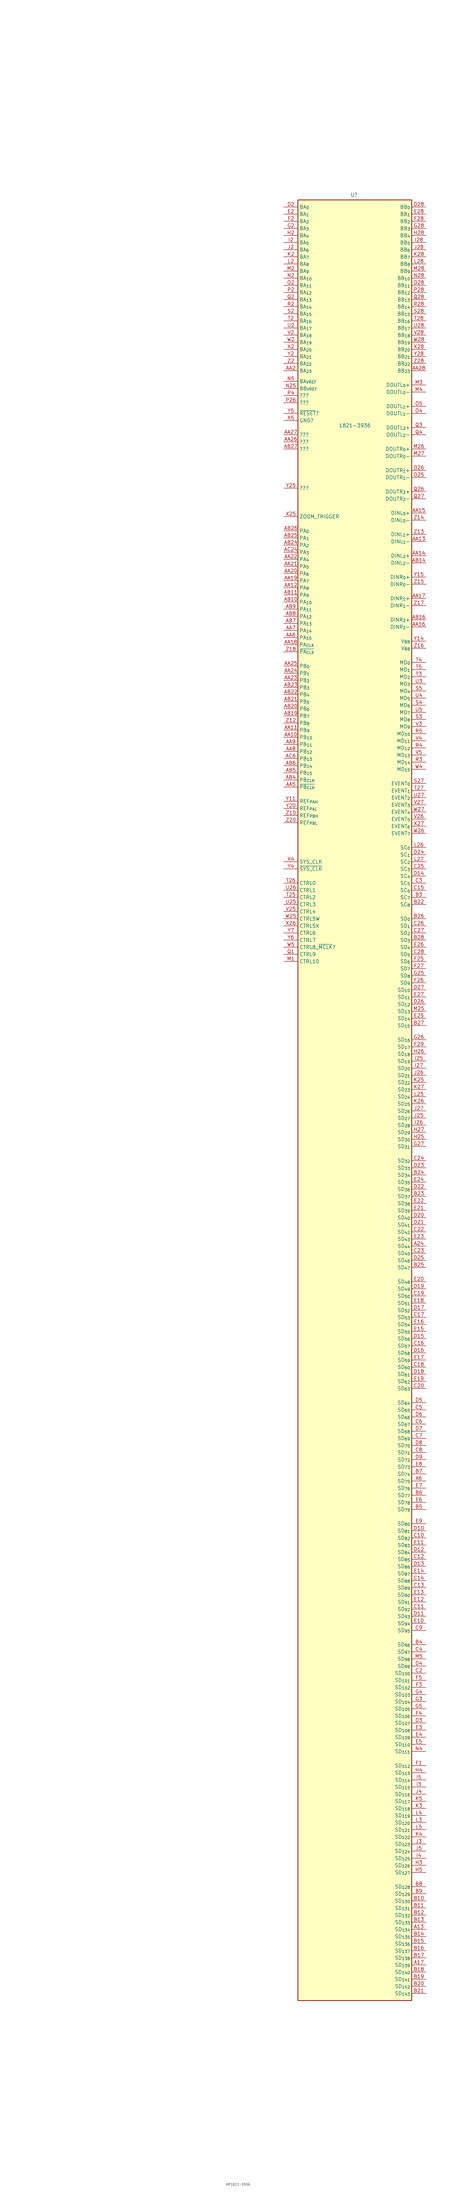
<source format=kicad_sym>
(kicad_symbol_lib
  (version 20231120)
  (generator "kicad_symbol_editor")
  (generator_version "8.0")
  (symbol "HP1821-3936"
    (property "Reference" "U"
      (at -0.254 217.678 0)
      (effects (font (size 1.27 1.27))))
    (property "Value" "1821-3936"
      (at 0 135.382 0)
      (effects (font (size 1.27 1.27))))
    (symbol "HP1821-3936_1_1"
      (rectangle (start -20.32 215.9) (end 20.32 -426.72) (stroke (width 0.254) (type default)) (fill (type background)))
      (pin power_in line (at -25.4 -66.04 0) (length 5.08) hide (name "+3.3V" (effects (font (size 1.27 1.27)))) (number "A10" (effects (font (size 1.27 1.27)))))
      (pin power_in line (at -25.4 -68.58 0) (length 5.08) hide (name "+3.3V" (effects (font (size 1.27 1.27)))) (number "A11" (effects (font (size 1.27 1.27)))))
      (pin power_in line (at -25.4 -177.8 0) (length 5.08) hide (name "GND" (effects (font (size 1.27 1.27)))) (number "A12" (effects (font (size 1.27 1.27)))))
      (pin output line (at 25.4 -401.32 180) (length 5.08) (name "SD_{134}" (effects (font (size 1.27 1.27)))) (number "A13" (effects (font (size 1.27 1.27)))))
      (pin power_in line (at -25.4 -71.12 0) (length 5.08) hide (name "+3.3V" (effects (font (size 1.27 1.27)))) (number "A14" (effects (font (size 1.27 1.27)))))
      (pin power_in line (at -25.4 -180.34 0) (length 5.08) hide (name "GND" (effects (font (size 1.27 1.27)))) (number "A15" (effects (font (size 1.27 1.27)))))
      (pin power_in line (at -25.4 -73.66 0) (length 5.08) hide (name "+3.3V" (effects (font (size 1.27 1.27)))) (number "A16" (effects (font (size 1.27 1.27)))))
      (pin output line (at 25.4 -414.02 180) (length 5.08) (name "SD_{139}" (effects (font (size 1.27 1.27)))) (number "A17" (effects (font (size 1.27 1.27)))))
      (pin power_in line (at -25.4 -182.88 0) (length 5.08) hide (name "GND" (effects (font (size 1.27 1.27)))) (number "A18" (effects (font (size 1.27 1.27)))))
      (pin power_in line (at -25.4 -76.2 0) (length 5.08) hide (name "+3.3V" (effects (font (size 1.27 1.27)))) (number "A19" (effects (font (size 1.27 1.27)))))
      (pin power_in line (at -25.4 -165.1 0) (length 5.08) hide (name "GND" (effects (font (size 1.27 1.27)))) (number "A2" (effects (font (size 1.27 1.27)))))
      (pin power_in line (at -25.4 -78.74 0) (length 5.08) hide (name "+3.3V" (effects (font (size 1.27 1.27)))) (number "A20" (effects (font (size 1.27 1.27)))))
      (pin power_in line (at -25.4 -185.42 0) (length 5.08) hide (name "GND" (effects (font (size 1.27 1.27)))) (number "A21" (effects (font (size 1.27 1.27)))))
      (pin power_in line (at -25.4 -187.96 0) (length 5.08) hide (name "GND" (effects (font (size 1.27 1.27)))) (number "A22" (effects (font (size 1.27 1.27)))))
      (pin power_in line (at -25.4 -190.5 0) (length 5.08) hide (name "GND" (effects (font (size 1.27 1.27)))) (number "A23" (effects (font (size 1.27 1.27)))))
      (pin output line (at 25.4 -157.48 180) (length 5.08) (name "SD_{44}" (effects (font (size 1.27 1.27)))) (number "A24" (effects (font (size 1.27 1.27)))))
      (pin power_in line (at -25.4 -193.04 0) (length 5.08) hide (name "GND" (effects (font (size 1.27 1.27)))) (number "A25" (effects (font (size 1.27 1.27)))))
      (pin power_in line (at -25.4 -195.58 0) (length 5.08) hide (name "GND" (effects (font (size 1.27 1.27)))) (number "A26" (effects (font (size 1.27 1.27)))))
      (pin power_in line (at -25.4 -81.28 0) (length 5.08) hide (name "+3.3V" (effects (font (size 1.27 1.27)))) (number "A27" (effects (font (size 1.27 1.27)))))
      (pin power_in line (at -25.4 -198.12 0) (length 5.08) hide (name "GND" (effects (font (size 1.27 1.27)))) (number "A28" (effects (font (size 1.27 1.27)))))
      (pin power_in line (at -25.4 -83.82 0) (length 5.08) hide (name "+3.3V" (effects (font (size 1.27 1.27)))) (number "A29" (effects (font (size 1.27 1.27)))))
      (pin power_in line (at -25.4 -60.96 0) (length 5.08) hide (name "+3.3V" (effects (font (size 1.27 1.27)))) (number "A3" (effects (font (size 1.27 1.27)))))
      (pin power_in line (at -25.4 -167.64 0) (length 5.08) hide (name "GND" (effects (font (size 1.27 1.27)))) (number "A4" (effects (font (size 1.27 1.27)))))
      (pin power_in line (at -25.4 -63.5 0) (length 5.08) hide (name "+3.3V" (effects (font (size 1.27 1.27)))) (number "A5" (effects (font (size 1.27 1.27)))))
      (pin output line (at 25.4 -241.3 180) (length 5.08) (name "SD_{75}" (effects (font (size 1.27 1.27)))) (number "A6" (effects (font (size 1.27 1.27)))))
      (pin power_in line (at -25.4 -170.18 0) (length 5.08) hide (name "GND" (effects (font (size 1.27 1.27)))) (number "A7" (effects (font (size 1.27 1.27)))))
      (pin power_in line (at -25.4 -172.72 0) (length 5.08) hide (name "GND" (effects (font (size 1.27 1.27)))) (number "A8" (effects (font (size 1.27 1.27)))))
      (pin power_in line (at -25.4 -175.26 0) (length 5.08) hide (name "GND" (effects (font (size 1.27 1.27)))) (number "A9" (effects (font (size 1.27 1.27)))))
      (pin power_in line (at -25.4 -139.7 0) (length 5.08) hide (name "+3.3V" (effects (font (size 1.27 1.27)))) (number "AA1" (effects (font (size 1.27 1.27)))))
      (pin input line (at -25.4 24.13 0) (length 5.08) (name "PB_{10}" (effects (font (size 1.27 1.27)))) (number "AA10" (effects (font (size 1.27 1.27)))))
      (pin input line (at -25.4 26.67 0) (length 5.08) (name "PB_{9}" (effects (font (size 1.27 1.27)))) (number "AA11" (effects (font (size 1.27 1.27)))))
      (pin input line (at -25.4 77.47 0) (length 5.08) (name "PA_{8}" (effects (font (size 1.27 1.27)))) (number "AA12" (effects (font (size 1.27 1.27)))))
      (pin open_emitter line (at 25.4 93.98 180) (length 5.08) (name "DINL_{1}-" (effects (font (size 1.27 1.27)))) (number "AA13" (effects (font (size 1.27 1.27)))))
      (pin open_emitter line (at 25.4 88.9 180) (length 5.08) (name "DINL_{2}+" (effects (font (size 1.27 1.27)))) (number "AA14" (effects (font (size 1.27 1.27)))))
      (pin open_emitter line (at 25.4 104.14 180) (length 5.08) (name "DINL_{0}+" (effects (font (size 1.27 1.27)))) (number "AA15" (effects (font (size 1.27 1.27)))))
      (pin open_emitter line (at 25.4 63.5 180) (length 5.08) (name "DINR_{2}-" (effects (font (size 1.27 1.27)))) (number "AA16" (effects (font (size 1.27 1.27)))))
      (pin open_emitter line (at 25.4 73.66 180) (length 5.08) (name "DINR_{1}+" (effects (font (size 1.27 1.27)))) (number "AA17" (effects (font (size 1.27 1.27)))))
      (pin input line (at -25.4 57.15 0) (length 5.08) (name "PA_{CLK}" (effects (font (size 1.27 1.27)))) (number "AA18" (effects (font (size 1.27 1.27)))))
      (pin input line (at -25.4 80.01 0) (length 5.08) (name "PA_{7}" (effects (font (size 1.27 1.27)))) (number "AA19" (effects (font (size 1.27 1.27)))))
      (pin passive line (at -25.4 154.94 0) (length 5.08) (name "BA_{23}" (effects (font (size 1.27 1.27)))) (number "AA2" (effects (font (size 1.27 1.27)))))
      (pin input line (at -25.4 82.55 0) (length 5.08) (name "PA_{6}" (effects (font (size 1.27 1.27)))) (number "AA20" (effects (font (size 1.27 1.27)))))
      (pin input line (at -25.4 85.09 0) (length 5.08) (name "PA_{5}" (effects (font (size 1.27 1.27)))) (number "AA21" (effects (font (size 1.27 1.27)))))
      (pin input line (at -25.4 87.63 0) (length 5.08) (name "PA_{4}" (effects (font (size 1.27 1.27)))) (number "AA22" (effects (font (size 1.27 1.27)))))
      (pin input line (at -25.4 44.45 0) (length 5.08) (name "PB_{2}" (effects (font (size 1.27 1.27)))) (number "AA23" (effects (font (size 1.27 1.27)))))
      (pin input line (at -25.4 46.99 0) (length 5.08) (name "PB_{1}" (effects (font (size 1.27 1.27)))) (number "AA24" (effects (font (size 1.27 1.27)))))
      (pin input line (at -25.4 49.53 0) (length 5.08) (name "PB_{0}" (effects (font (size 1.27 1.27)))) (number "AA25" (effects (font (size 1.27 1.27)))))
      (pin passive line (at -25.4 129.54 0) (length 5.08) (name "???" (effects (font (size 1.27 1.27)))) (number "AA26" (effects (font (size 1.27 1.27)))))
      (pin output line (at -25.4 132.08 0) (length 5.08) (name "???" (effects (font (size 1.27 1.27)))) (number "AA27" (effects (font (size 1.27 1.27)))))
      (pin passive line (at 25.4 154.94 180) (length 5.08) (name "BB_{23}" (effects (font (size 1.27 1.27)))) (number "AA28" (effects (font (size 1.27 1.27)))))
      (pin power_in line (at -25.4 -233.68 0) (length 5.08) hide (name "GND" (effects (font (size 1.27 1.27)))) (number "AA29" (effects (font (size 1.27 1.27)))))
      (pin no_connect line (at -90.17 -302.26 0) (length 5.08) hide (name "" (effects (font (size 1.27 1.27)))) (number "AA3" (effects (font (size 1.27 1.27)))))
      (pin no_connect line (at -69.85 -302.26 0) (length 5.08) hide (name "" (effects (font (size 1.27 1.27)))) (number "AA4" (effects (font (size 1.27 1.27)))))
      (pin input line (at -25.4 6.35 0) (length 5.08) (name "~{PB_{CLK}}" (effects (font (size 1.27 1.27)))) (number "AA5" (effects (font (size 1.27 1.27)))))
      (pin input line (at -25.4 59.69 0) (length 5.08) (name "PA_{15}" (effects (font (size 1.27 1.27)))) (number "AA6" (effects (font (size 1.27 1.27)))))
      (pin input line (at -25.4 62.23 0) (length 5.08) (name "PA_{14}" (effects (font (size 1.27 1.27)))) (number "AA7" (effects (font (size 1.27 1.27)))))
      (pin input line (at -25.4 19.05 0) (length 5.08) (name "PB_{12}" (effects (font (size 1.27 1.27)))) (number "AA8" (effects (font (size 1.27 1.27)))))
      (pin input line (at -25.4 21.59 0) (length 5.08) (name "PB_{11}" (effects (font (size 1.27 1.27)))) (number "AA9" (effects (font (size 1.27 1.27)))))
      (pin power_in line (at -25.4 -276.86 0) (length 5.08) hide (name "GND" (effects (font (size 1.27 1.27)))) (number "AB1" (effects (font (size 1.27 1.27)))))
      (pin input line (at -25.4 72.39 0) (length 5.08) (name "PA_{10}" (effects (font (size 1.27 1.27)))) (number "AB10" (effects (font (size 1.27 1.27)))))
      (pin input line (at -25.4 74.93 0) (length 5.08) (name "PA_{9}" (effects (font (size 1.27 1.27)))) (number "AB11" (effects (font (size 1.27 1.27)))))
      (pin no_connect line (at -90.17 -287.02 0) (length 5.08) hide (name "" (effects (font (size 1.27 1.27)))) (number "AB12" (effects (font (size 1.27 1.27)))))
      (pin no_connect line (at -90.17 -284.48 0) (length 5.08) hide (name "" (effects (font (size 1.27 1.27)))) (number "AB13" (effects (font (size 1.27 1.27)))))
      (pin open_emitter line (at 25.4 86.36 180) (length 5.08) (name "DINL_{2}-" (effects (font (size 1.27 1.27)))) (number "AB14" (effects (font (size 1.27 1.27)))))
      (pin no_connect line (at -109.22 -284.48 0) (length 5.08) hide (name "" (effects (font (size 1.27 1.27)))) (number "AB15" (effects (font (size 1.27 1.27)))))
      (pin open_emitter line (at 25.4 66.04 180) (length 5.08) (name "DINR_{2}+" (effects (font (size 1.27 1.27)))) (number "AB16" (effects (font (size 1.27 1.27)))))
      (pin no_connect line (at -90.17 -281.94 0) (length 5.08) hide (name "" (effects (font (size 1.27 1.27)))) (number "AB17" (effects (font (size 1.27 1.27)))))
      (pin no_connect line (at -90.17 -279.4 0) (length 5.08) hide (name "" (effects (font (size 1.27 1.27)))) (number "AB18" (effects (font (size 1.27 1.27)))))
      (pin input line (at -25.4 31.75 0) (length 5.08) (name "PB_{7}" (effects (font (size 1.27 1.27)))) (number "AB19" (effects (font (size 1.27 1.27)))))
      (pin power_in line (at -25.4 -274.32 0) (length 5.08) hide (name "GND" (effects (font (size 1.27 1.27)))) (number "AB2" (effects (font (size 1.27 1.27)))))
      (pin input line (at -25.4 34.29 0) (length 5.08) (name "PB_{6}" (effects (font (size 1.27 1.27)))) (number "AB20" (effects (font (size 1.27 1.27)))))
      (pin input line (at -25.4 36.83 0) (length 5.08) (name "PB_{5}" (effects (font (size 1.27 1.27)))) (number "AB21" (effects (font (size 1.27 1.27)))))
      (pin input line (at -25.4 39.37 0) (length 5.08) (name "PB_{4}" (effects (font (size 1.27 1.27)))) (number "AB22" (effects (font (size 1.27 1.27)))))
      (pin input line (at -25.4 41.91 0) (length 5.08) (name "PB_{3}" (effects (font (size 1.27 1.27)))) (number "AB23" (effects (font (size 1.27 1.27)))))
      (pin input line (at -25.4 92.71 0) (length 5.08) (name "PA_{2}" (effects (font (size 1.27 1.27)))) (number "AB24" (effects (font (size 1.27 1.27)))))
      (pin input line (at -25.4 95.25 0) (length 5.08) (name "PA_{1}" (effects (font (size 1.27 1.27)))) (number "AB25" (effects (font (size 1.27 1.27)))))
      (pin input line (at -25.4 97.79 0) (length 5.08) (name "PA_{0}" (effects (font (size 1.27 1.27)))) (number "AB26" (effects (font (size 1.27 1.27)))))
      (pin passive line (at -25.4 127 0) (length 5.08) (name "???" (effects (font (size 1.27 1.27)))) (number "AB27" (effects (font (size 1.27 1.27)))))
      (pin power_in line (at -25.4 -236.22 0) (length 5.08) hide (name "GND" (effects (font (size 1.27 1.27)))) (number "AB28" (effects (font (size 1.27 1.27)))))
      (pin power_in line (at -25.4 -106.68 0) (length 5.08) hide (name "+3.3V" (effects (font (size 1.27 1.27)))) (number "AB29" (effects (font (size 1.27 1.27)))))
      (pin power_in line (at -25.4 -134.62 0) (length 5.08) hide (name "+3.3V" (effects (font (size 1.27 1.27)))) (number "AB3" (effects (font (size 1.27 1.27)))))
      (pin input line (at -25.4 8.89 0) (length 5.08) (name "PB_{CLK}" (effects (font (size 1.27 1.27)))) (number "AB4" (effects (font (size 1.27 1.27)))))
      (pin input line (at -25.4 11.43 0) (length 5.08) (name "PB_{15}" (effects (font (size 1.27 1.27)))) (number "AB5" (effects (font (size 1.27 1.27)))))
      (pin input line (at -25.4 13.97 0) (length 5.08) (name "PB_{14}" (effects (font (size 1.27 1.27)))) (number "AB6" (effects (font (size 1.27 1.27)))))
      (pin input line (at -25.4 64.77 0) (length 5.08) (name "PA_{13}" (effects (font (size 1.27 1.27)))) (number "AB7" (effects (font (size 1.27 1.27)))))
      (pin input line (at -25.4 67.31 0) (length 5.08) (name "PA_{12}" (effects (font (size 1.27 1.27)))) (number "AB8" (effects (font (size 1.27 1.27)))))
      (pin input line (at -25.4 69.85 0) (length 5.08) (name "PA_{11}" (effects (font (size 1.27 1.27)))) (number "AB9" (effects (font (size 1.27 1.27)))))
      (pin power_in line (at -25.4 -137.16 0) (length 5.08) hide (name "+3.3V" (effects (font (size 1.27 1.27)))) (number "AC1" (effects (font (size 1.27 1.27)))))
      (pin power_in line (at -25.4 -127 0) (length 5.08) hide (name "+3.3V" (effects (font (size 1.27 1.27)))) (number "AC10" (effects (font (size 1.27 1.27)))))
      (pin power_in line (at -25.4 -124.46 0) (length 5.08) hide (name "+3.3V" (effects (font (size 1.27 1.27)))) (number "AC11" (effects (font (size 1.27 1.27)))))
      (pin power_in line (at -25.4 -259.08 0) (length 5.08) hide (name "GND" (effects (font (size 1.27 1.27)))) (number "AC12" (effects (font (size 1.27 1.27)))))
      (pin no_connect line (at -109.22 -287.02 0) (length 5.08) hide (name "" (effects (font (size 1.27 1.27)))) (number "AC13" (effects (font (size 1.27 1.27)))))
      (pin power_in line (at -25.4 -121.92 0) (length 5.08) hide (name "+3.3V" (effects (font (size 1.27 1.27)))) (number "AC14" (effects (font (size 1.27 1.27)))))
      (pin power_in line (at -25.4 -256.54 0) (length 5.08) hide (name "GND" (effects (font (size 1.27 1.27)))) (number "AC15" (effects (font (size 1.27 1.27)))))
      (pin power_in line (at -25.4 -119.38 0) (length 5.08) hide (name "+3.3V" (effects (font (size 1.27 1.27)))) (number "AC16" (effects (font (size 1.27 1.27)))))
      (pin no_connect line (at -109.22 -281.94 0) (length 5.08) hide (name "" (effects (font (size 1.27 1.27)))) (number "AC17" (effects (font (size 1.27 1.27)))))
      (pin power_in line (at -25.4 -254 0) (length 5.08) hide (name "GND" (effects (font (size 1.27 1.27)))) (number "AC18" (effects (font (size 1.27 1.27)))))
      (pin power_in line (at -25.4 -116.84 0) (length 5.08) hide (name "+3.3V" (effects (font (size 1.27 1.27)))) (number "AC19" (effects (font (size 1.27 1.27)))))
      (pin power_in line (at -25.4 -271.78 0) (length 5.08) hide (name "GND" (effects (font (size 1.27 1.27)))) (number "AC2" (effects (font (size 1.27 1.27)))))
      (pin power_in line (at -25.4 -114.3 0) (length 5.08) hide (name "+3.3V" (effects (font (size 1.27 1.27)))) (number "AC20" (effects (font (size 1.27 1.27)))))
      (pin power_in line (at -25.4 -251.46 0) (length 5.08) hide (name "GND" (effects (font (size 1.27 1.27)))) (number "AC21" (effects (font (size 1.27 1.27)))))
      (pin power_in line (at -25.4 -248.92 0) (length 5.08) hide (name "GND" (effects (font (size 1.27 1.27)))) (number "AC22" (effects (font (size 1.27 1.27)))))
      (pin power_in line (at -25.4 -246.38 0) (length 5.08) hide (name "GND" (effects (font (size 1.27 1.27)))) (number "AC23" (effects (font (size 1.27 1.27)))))
      (pin input line (at -25.4 90.17 0) (length 5.08) (name "PA_{3}" (effects (font (size 1.27 1.27)))) (number "AC24" (effects (font (size 1.27 1.27)))))
      (pin power_in line (at -25.4 -243.84 0) (length 5.08) hide (name "GND" (effects (font (size 1.27 1.27)))) (number "AC25" (effects (font (size 1.27 1.27)))))
      (pin power_in line (at -25.4 -241.3 0) (length 5.08) hide (name "GND" (effects (font (size 1.27 1.27)))) (number "AC26" (effects (font (size 1.27 1.27)))))
      (pin power_in line (at -25.4 -111.76 0) (length 5.08) hide (name "+3.3V" (effects (font (size 1.27 1.27)))) (number "AC27" (effects (font (size 1.27 1.27)))))
      (pin power_in line (at -25.4 -238.76 0) (length 5.08) hide (name "GND" (effects (font (size 1.27 1.27)))) (number "AC28" (effects (font (size 1.27 1.27)))))
      (pin power_in line (at -25.4 -109.22 0) (length 5.08) hide (name "+3.3V" (effects (font (size 1.27 1.27)))) (number "AC29" (effects (font (size 1.27 1.27)))))
      (pin power_in line (at -25.4 -132.08 0) (length 5.08) hide (name "+3.3V" (effects (font (size 1.27 1.27)))) (number "AC3" (effects (font (size 1.27 1.27)))))
      (pin power_in line (at -25.4 -269.24 0) (length 5.08) hide (name "GND" (effects (font (size 1.27 1.27)))) (number "AC4" (effects (font (size 1.27 1.27)))))
      (pin power_in line (at -25.4 -129.54 0) (length 5.08) hide (name "+3.3V" (effects (font (size 1.27 1.27)))) (number "AC5" (effects (font (size 1.27 1.27)))))
      (pin input line (at -25.4 16.51 0) (length 5.08) (name "PB_{13}" (effects (font (size 1.27 1.27)))) (number "AC6" (effects (font (size 1.27 1.27)))))
      (pin power_in line (at -25.4 -266.7 0) (length 5.08) hide (name "GND" (effects (font (size 1.27 1.27)))) (number "AC7" (effects (font (size 1.27 1.27)))))
      (pin power_in line (at -25.4 -264.16 0) (length 5.08) hide (name "GND" (effects (font (size 1.27 1.27)))) (number "AC8" (effects (font (size 1.27 1.27)))))
      (pin power_in line (at -25.4 -261.62 0) (length 5.08) hide (name "GND" (effects (font (size 1.27 1.27)))) (number "AC9" (effects (font (size 1.27 1.27)))))
      (pin power_in line (at -25.4 -312.42 0) (length 5.08) hide (name "GND" (effects (font (size 1.27 1.27)))) (number "B1" (effects (font (size 1.27 1.27)))))
      (pin output line (at 25.4 -391.16 180) (length 5.08) (name "SD_{130}" (effects (font (size 1.27 1.27)))) (number "B10" (effects (font (size 1.27 1.27)))))
      (pin output line (at 25.4 -393.7 180) (length 5.08) (name "SD_{131}" (effects (font (size 1.27 1.27)))) (number "B11" (effects (font (size 1.27 1.27)))))
      (pin output line (at 25.4 -396.24 180) (length 5.08) (name "SD_{132}" (effects (font (size 1.27 1.27)))) (number "B12" (effects (font (size 1.27 1.27)))))
      (pin output line (at 25.4 -398.78 180) (length 5.08) (name "SD_{133}" (effects (font (size 1.27 1.27)))) (number "B13" (effects (font (size 1.27 1.27)))))
      (pin output line (at 25.4 -403.86 180) (length 5.08) (name "SD_{135}" (effects (font (size 1.27 1.27)))) (number "B14" (effects (font (size 1.27 1.27)))))
      (pin output line (at 25.4 -406.4 180) (length 5.08) (name "SD_{136}" (effects (font (size 1.27 1.27)))) (number "B15" (effects (font (size 1.27 1.27)))))
      (pin output line (at 25.4 -408.94 180) (length 5.08) (name "SD_{137}" (effects (font (size 1.27 1.27)))) (number "B16" (effects (font (size 1.27 1.27)))))
      (pin output line (at 25.4 -411.48 180) (length 5.08) (name "SD_{138}" (effects (font (size 1.27 1.27)))) (number "B17" (effects (font (size 1.27 1.27)))))
      (pin output line (at 25.4 -416.56 180) (length 5.08) (name "SD_{140}" (effects (font (size 1.27 1.27)))) (number "B18" (effects (font (size 1.27 1.27)))))
      (pin output line (at 25.4 -419.1 180) (length 5.08) (name "SD_{141}" (effects (font (size 1.27 1.27)))) (number "B19" (effects (font (size 1.27 1.27)))))
      (pin power_in line (at -25.4 -160.02 0) (length 5.08) hide (name "+3.3V" (effects (font (size 1.27 1.27)))) (number "B2" (effects (font (size 1.27 1.27)))))
      (pin output line (at 25.4 -421.64 180) (length 5.08) (name "SD_{142}" (effects (font (size 1.27 1.27)))) (number "B20" (effects (font (size 1.27 1.27)))))
      (pin output line (at 25.4 -424.18 180) (length 5.08) (name "SD_{143}" (effects (font (size 1.27 1.27)))) (number "B21" (effects (font (size 1.27 1.27)))))
      (pin output line (at 25.4 -35.56 180) (length 5.08) (name "SC_{8}" (effects (font (size 1.27 1.27)))) (number "B22" (effects (font (size 1.27 1.27)))))
      (pin output line (at 25.4 -139.7 180) (length 5.08) (name "SD_{37}" (effects (font (size 1.27 1.27)))) (number "B23" (effects (font (size 1.27 1.27)))))
      (pin output line (at 25.4 -132.08 180) (length 5.08) (name "SD_{34}" (effects (font (size 1.27 1.27)))) (number "B24" (effects (font (size 1.27 1.27)))))
      (pin output line (at 25.4 -165.1 180) (length 5.08) (name "SD_{47}" (effects (font (size 1.27 1.27)))) (number "B25" (effects (font (size 1.27 1.27)))))
      (pin output line (at 25.4 -40.64 180) (length 5.08) (name "SD_{0}" (effects (font (size 1.27 1.27)))) (number "B26" (effects (font (size 1.27 1.27)))))
      (pin output line (at 25.4 -78.74 180) (length 5.08) (name "SD_{15}" (effects (font (size 1.27 1.27)))) (number "B27" (effects (font (size 1.27 1.27)))))
      (pin output line (at 25.4 -48.26 180) (length 5.08) (name "SD_{3}" (effects (font (size 1.27 1.27)))) (number "B28" (effects (font (size 1.27 1.27)))))
      (pin power_in line (at -25.4 -200.66 0) (length 5.08) hide (name "GND" (effects (font (size 1.27 1.27)))) (number "B29" (effects (font (size 1.27 1.27)))))
      (pin output line (at 25.4 -33.02 180) (length 5.08) (name "SC_{7}" (effects (font (size 1.27 1.27)))) (number "B3" (effects (font (size 1.27 1.27)))))
      (pin output line (at 25.4 -299.72 180) (length 5.08) (name "SD_{96}" (effects (font (size 1.27 1.27)))) (number "B4" (effects (font (size 1.27 1.27)))))
      (pin output line (at 25.4 -251.46 180) (length 5.08) (name "SD_{79}" (effects (font (size 1.27 1.27)))) (number "B5" (effects (font (size 1.27 1.27)))))
      (pin output line (at 25.4 -246.38 180) (length 5.08) (name "SD_{77}" (effects (font (size 1.27 1.27)))) (number "B6" (effects (font (size 1.27 1.27)))))
      (pin output line (at 25.4 -238.76 180) (length 5.08) (name "SD_{74}" (effects (font (size 1.27 1.27)))) (number "B7" (effects (font (size 1.27 1.27)))))
      (pin output line (at 25.4 -386.08 180) (length 5.08) (name "SD_{128}" (effects (font (size 1.27 1.27)))) (number "B8" (effects (font (size 1.27 1.27)))))
      (pin output line (at 25.4 -388.62 180) (length 5.08) (name "SD_{129}" (effects (font (size 1.27 1.27)))) (number "B9" (effects (font (size 1.27 1.27)))))
      (pin power_in line (at -25.4 -157.48 0) (length 5.08) hide (name "+3.3V" (effects (font (size 1.27 1.27)))) (number "C1" (effects (font (size 1.27 1.27)))))
      (pin output line (at 25.4 -261.62 180) (length 5.08) (name "SD_{82}" (effects (font (size 1.27 1.27)))) (number "C10" (effects (font (size 1.27 1.27)))))
      (pin output line (at 25.4 -287.02 180) (length 5.08) (name "SD_{92}" (effects (font (size 1.27 1.27)))) (number "C11" (effects (font (size 1.27 1.27)))))
      (pin output line (at 25.4 -269.24 180) (length 5.08) (name "SD_{85}" (effects (font (size 1.27 1.27)))) (number "C12" (effects (font (size 1.27 1.27)))))
      (pin output line (at 25.4 -279.4 180) (length 5.08) (name "SD_{89}" (effects (font (size 1.27 1.27)))) (number "C13" (effects (font (size 1.27 1.27)))))
      (pin output line (at 25.4 -276.86 180) (length 5.08) (name "SD_{88}" (effects (font (size 1.27 1.27)))) (number "C14" (effects (font (size 1.27 1.27)))))
      (pin output line (at 25.4 -30.48 180) (length 5.08) (name "SC_{6}" (effects (font (size 1.27 1.27)))) (number "C15" (effects (font (size 1.27 1.27)))))
      (pin output line (at 25.4 -193.04 180) (length 5.08) (name "SD_{57}" (effects (font (size 1.27 1.27)))) (number "C16" (effects (font (size 1.27 1.27)))))
      (pin output line (at 25.4 -182.88 180) (length 5.08) (name "SD_{53}" (effects (font (size 1.27 1.27)))) (number "C17" (effects (font (size 1.27 1.27)))))
      (pin output line (at 25.4 -200.66 180) (length 5.08) (name "SD_{60}" (effects (font (size 1.27 1.27)))) (number "C18" (effects (font (size 1.27 1.27)))))
      (pin output line (at 25.4 -175.26 180) (length 5.08) (name "SD_{50}" (effects (font (size 1.27 1.27)))) (number "C19" (effects (font (size 1.27 1.27)))))
      (pin output line (at 25.4 -309.88 180) (length 5.08) (name "SD_{100}" (effects (font (size 1.27 1.27)))) (number "C2" (effects (font (size 1.27 1.27)))))
      (pin output line (at 25.4 -208.28 180) (length 5.08) (name "SD_{63}" (effects (font (size 1.27 1.27)))) (number "C20" (effects (font (size 1.27 1.27)))))
      (pin no_connect line (at -109.22 -289.56 0) (length 5.08) hide (name "" (effects (font (size 1.27 1.27)))) (number "C21" (effects (font (size 1.27 1.27)))))
      (pin output line (at 25.4 -152.4 180) (length 5.08) (name "SD_{42}" (effects (font (size 1.27 1.27)))) (number "C22" (effects (font (size 1.27 1.27)))))
      (pin output line (at 25.4 -160.02 180) (length 5.08) (name "SD_{45}" (effects (font (size 1.27 1.27)))) (number "C23" (effects (font (size 1.27 1.27)))))
      (pin output line (at 25.4 -127 180) (length 5.08) (name "SD_{32}" (effects (font (size 1.27 1.27)))) (number "C24" (effects (font (size 1.27 1.27)))))
      (pin output line (at 25.4 -22.86 180) (length 5.08) (name "SC_{3}" (effects (font (size 1.27 1.27)))) (number "C25" (effects (font (size 1.27 1.27)))))
      (pin output line (at 25.4 -43.18 180) (length 5.08) (name "SD_{1}" (effects (font (size 1.27 1.27)))) (number "C26" (effects (font (size 1.27 1.27)))))
      (pin output line (at 25.4 -45.72 180) (length 5.08) (name "SD_{2}" (effects (font (size 1.27 1.27)))) (number "C27" (effects (font (size 1.27 1.27)))))
      (pin output line (at 25.4 -53.34 180) (length 5.08) (name "SD_{5}" (effects (font (size 1.27 1.27)))) (number "C28" (effects (font (size 1.27 1.27)))))
      (pin power_in line (at -25.4 -86.36 0) (length 5.08) hide (name "+3.3V" (effects (font (size 1.27 1.27)))) (number "C29" (effects (font (size 1.27 1.27)))))
      (pin output line (at 25.4 -27.94 180) (length 5.08) (name "SC_{5}" (effects (font (size 1.27 1.27)))) (number "C3" (effects (font (size 1.27 1.27)))))
      (pin output line (at 25.4 -302.26 180) (length 5.08) (name "SD_{97}" (effects (font (size 1.27 1.27)))) (number "C4" (effects (font (size 1.27 1.27)))))
      (pin output line (at 25.4 -215.9 180) (length 5.08) (name "SD_{65}" (effects (font (size 1.27 1.27)))) (number "C5" (effects (font (size 1.27 1.27)))))
      (pin output line (at 25.4 -220.98 180) (length 5.08) (name "SD_{67}" (effects (font (size 1.27 1.27)))) (number "C6" (effects (font (size 1.27 1.27)))))
      (pin output line (at 25.4 -226.06 180) (length 5.08) (name "SD_{69}" (effects (font (size 1.27 1.27)))) (number "C7" (effects (font (size 1.27 1.27)))))
      (pin output line (at 25.4 -231.14 180) (length 5.08) (name "SD_{71}" (effects (font (size 1.27 1.27)))) (number "C8" (effects (font (size 1.27 1.27)))))
      (pin output line (at 25.4 -294.64 180) (length 5.08) (name "SD_{95}" (effects (font (size 1.27 1.27)))) (number "C9" (effects (font (size 1.27 1.27)))))
      (pin power_in line (at -25.4 -309.88 0) (length 5.08) hide (name "GND" (effects (font (size 1.27 1.27)))) (number "D1" (effects (font (size 1.27 1.27)))))
      (pin output line (at 25.4 -259.08 180) (length 5.08) (name "SD_{81}" (effects (font (size 1.27 1.27)))) (number "D10" (effects (font (size 1.27 1.27)))))
      (pin output line (at 25.4 -289.56 180) (length 5.08) (name "SD_{93}" (effects (font (size 1.27 1.27)))) (number "D11" (effects (font (size 1.27 1.27)))))
      (pin output line (at 25.4 -266.7 180) (length 5.08) (name "SD_{84}" (effects (font (size 1.27 1.27)))) (number "D12" (effects (font (size 1.27 1.27)))))
      (pin output line (at 25.4 -271.78 180) (length 5.08) (name "SD_{86}" (effects (font (size 1.27 1.27)))) (number "D13" (effects (font (size 1.27 1.27)))))
      (pin output line (at 25.4 -25.4 180) (length 5.08) (name "SC_{4}" (effects (font (size 1.27 1.27)))) (number "D14" (effects (font (size 1.27 1.27)))))
      (pin output line (at 25.4 -190.5 180) (length 5.08) (name "SD_{56}" (effects (font (size 1.27 1.27)))) (number "D15" (effects (font (size 1.27 1.27)))))
      (pin output line (at 25.4 -195.58 180) (length 5.08) (name "SD_{58}" (effects (font (size 1.27 1.27)))) (number "D16" (effects (font (size 1.27 1.27)))))
      (pin output line (at 25.4 -180.34 180) (length 5.08) (name "SD_{52}" (effects (font (size 1.27 1.27)))) (number "D17" (effects (font (size 1.27 1.27)))))
      (pin output line (at 25.4 -203.2 180) (length 5.08) (name "SD_{61}" (effects (font (size 1.27 1.27)))) (number "D18" (effects (font (size 1.27 1.27)))))
      (pin output line (at 25.4 -172.72 180) (length 5.08) (name "SD_{49}" (effects (font (size 1.27 1.27)))) (number "D19" (effects (font (size 1.27 1.27)))))
      (pin passive line (at -25.4 213.36 0) (length 5.08) (name "BA_{0}" (effects (font (size 1.27 1.27)))) (number "D2" (effects (font (size 1.27 1.27)))))
      (pin output line (at 25.4 -147.32 180) (length 5.08) (name "SD_{40}" (effects (font (size 1.27 1.27)))) (number "D20" (effects (font (size 1.27 1.27)))))
      (pin output line (at 25.4 -149.86 180) (length 5.08) (name "SD_{41}" (effects (font (size 1.27 1.27)))) (number "D21" (effects (font (size 1.27 1.27)))))
      (pin output line (at 25.4 -137.16 180) (length 5.08) (name "SD_{36}" (effects (font (size 1.27 1.27)))) (number "D22" (effects (font (size 1.27 1.27)))))
      (pin output line (at 25.4 -129.54 180) (length 5.08) (name "SD_{33}" (effects (font (size 1.27 1.27)))) (number "D23" (effects (font (size 1.27 1.27)))))
      (pin output line (at 25.4 -17.78 180) (length 5.08) (name "SC_{1}" (effects (font (size 1.27 1.27)))) (number "D24" (effects (font (size 1.27 1.27)))))
      (pin output line (at 25.4 -162.56 180) (length 5.08) (name "SD_{46}" (effects (font (size 1.27 1.27)))) (number "D25" (effects (font (size 1.27 1.27)))))
      (pin output line (at 25.4 -71.12 180) (length 5.08) (name "SD_{12}" (effects (font (size 1.27 1.27)))) (number "D26" (effects (font (size 1.27 1.27)))))
      (pin output line (at 25.4 -66.04 180) (length 5.08) (name "SD_{10}" (effects (font (size 1.27 1.27)))) (number "D27" (effects (font (size 1.27 1.27)))))
      (pin passive line (at 25.4 213.36 180) (length 5.08) (name "BB_{0}" (effects (font (size 1.27 1.27)))) (number "D28" (effects (font (size 1.27 1.27)))))
      (pin power_in line (at -25.4 -203.2 0) (length 5.08) hide (name "GND" (effects (font (size 1.27 1.27)))) (number "D29" (effects (font (size 1.27 1.27)))))
      (pin output line (at 25.4 -327.66 180) (length 5.08) (name "SD_{107}" (effects (font (size 1.27 1.27)))) (number "D3" (effects (font (size 1.27 1.27)))))
      (pin output line (at 25.4 -307.34 180) (length 5.08) (name "SD_{99}" (effects (font (size 1.27 1.27)))) (number "D4" (effects (font (size 1.27 1.27)))))
      (pin output line (at 25.4 -213.36 180) (length 5.08) (name "SD_{64}" (effects (font (size 1.27 1.27)))) (number "D5" (effects (font (size 1.27 1.27)))))
      (pin output line (at 25.4 -218.44 180) (length 5.08) (name "SD_{66}" (effects (font (size 1.27 1.27)))) (number "D6" (effects (font (size 1.27 1.27)))))
      (pin output line (at 25.4 -223.52 180) (length 5.08) (name "SD_{68}" (effects (font (size 1.27 1.27)))) (number "D7" (effects (font (size 1.27 1.27)))))
      (pin output line (at 25.4 -228.6 180) (length 5.08) (name "SD_{70}" (effects (font (size 1.27 1.27)))) (number "D8" (effects (font (size 1.27 1.27)))))
      (pin output line (at 25.4 -233.68 180) (length 5.08) (name "SD_{72}" (effects (font (size 1.27 1.27)))) (number "D9" (effects (font (size 1.27 1.27)))))
      (pin power_in line (at -25.4 -307.34 0) (length 5.08) hide (name "GND" (effects (font (size 1.27 1.27)))) (number "E1" (effects (font (size 1.27 1.27)))))
      (pin output line (at 25.4 -292.1 180) (length 5.08) (name "SD_{94}" (effects (font (size 1.27 1.27)))) (number "E10" (effects (font (size 1.27 1.27)))))
      (pin output line (at 25.4 -264.16 180) (length 5.08) (name "SD_{83}" (effects (font (size 1.27 1.27)))) (number "E11" (effects (font (size 1.27 1.27)))))
      (pin output line (at 25.4 -284.48 180) (length 5.08) (name "SD_{91}" (effects (font (size 1.27 1.27)))) (number "E12" (effects (font (size 1.27 1.27)))))
      (pin output line (at 25.4 -281.94 180) (length 5.08) (name "SD_{90}" (effects (font (size 1.27 1.27)))) (number "E13" (effects (font (size 1.27 1.27)))))
      (pin output line (at 25.4 -274.32 180) (length 5.08) (name "SD_{87}" (effects (font (size 1.27 1.27)))) (number "E14" (effects (font (size 1.27 1.27)))))
      (pin output line (at 25.4 -187.96 180) (length 5.08) (name "SD_{55}" (effects (font (size 1.27 1.27)))) (number "E15" (effects (font (size 1.27 1.27)))))
      (pin output line (at 25.4 -185.42 180) (length 5.08) (name "SD_{54}" (effects (font (size 1.27 1.27)))) (number "E16" (effects (font (size 1.27 1.27)))))
      (pin output line (at 25.4 -198.12 180) (length 5.08) (name "SD_{59}" (effects (font (size 1.27 1.27)))) (number "E17" (effects (font (size 1.27 1.27)))))
      (pin output line (at 25.4 -177.8 180) (length 5.08) (name "SD_{51}" (effects (font (size 1.27 1.27)))) (number "E18" (effects (font (size 1.27 1.27)))))
      (pin output line (at 25.4 -205.74 180) (length 5.08) (name "SD_{62}" (effects (font (size 1.27 1.27)))) (number "E19" (effects (font (size 1.27 1.27)))))
      (pin passive line (at -25.4 210.82 0) (length 5.08) (name "BA_{1}" (effects (font (size 1.27 1.27)))) (number "E2" (effects (font (size 1.27 1.27)))))
      (pin output line (at 25.4 -170.18 180) (length 5.08) (name "SD_{48}" (effects (font (size 1.27 1.27)))) (number "E20" (effects (font (size 1.27 1.27)))))
      (pin output line (at 25.4 -144.78 180) (length 5.08) (name "SD_{39}" (effects (font (size 1.27 1.27)))) (number "E21" (effects (font (size 1.27 1.27)))))
      (pin output line (at 25.4 -142.24 180) (length 5.08) (name "SD_{38}" (effects (font (size 1.27 1.27)))) (number "E22" (effects (font (size 1.27 1.27)))))
      (pin output line (at 25.4 -154.94 180) (length 5.08) (name "SD_{43}" (effects (font (size 1.27 1.27)))) (number "E23" (effects (font (size 1.27 1.27)))))
      (pin output line (at 25.4 -134.62 180) (length 5.08) (name "SD_{35}" (effects (font (size 1.27 1.27)))) (number "E24" (effects (font (size 1.27 1.27)))))
      (pin output line (at 25.4 -76.2 180) (length 5.08) (name "SD_{14}" (effects (font (size 1.27 1.27)))) (number "E25" (effects (font (size 1.27 1.27)))))
      (pin output line (at 25.4 -50.8 180) (length 5.08) (name "SD_{4}" (effects (font (size 1.27 1.27)))) (number "E26" (effects (font (size 1.27 1.27)))))
      (pin output line (at 25.4 -68.58 180) (length 5.08) (name "SD_{11}" (effects (font (size 1.27 1.27)))) (number "E27" (effects (font (size 1.27 1.27)))))
      (pin passive line (at 25.4 210.82 180) (length 5.08) (name "BB_{1}" (effects (font (size 1.27 1.27)))) (number "E28" (effects (font (size 1.27 1.27)))))
      (pin power_in line (at -25.4 -205.74 0) (length 5.08) hide (name "GND" (effects (font (size 1.27 1.27)))) (number "E29" (effects (font (size 1.27 1.27)))))
      (pin output line (at 25.4 -330.2 180) (length 5.08) (name "SD_{108}" (effects (font (size 1.27 1.27)))) (number "E3" (effects (font (size 1.27 1.27)))))
      (pin output line (at 25.4 -332.74 180) (length 5.08) (name "SD_{109}" (effects (font (size 1.27 1.27)))) (number "E4" (effects (font (size 1.27 1.27)))))
      (pin output line (at 25.4 -335.28 180) (length 5.08) (name "SD_{110}" (effects (font (size 1.27 1.27)))) (number "E5" (effects (font (size 1.27 1.27)))))
      (pin output line (at 25.4 -248.92 180) (length 5.08) (name "SD_{78}" (effects (font (size 1.27 1.27)))) (number "E6" (effects (font (size 1.27 1.27)))))
      (pin output line (at 25.4 -243.84 180) (length 5.08) (name "SD_{76}" (effects (font (size 1.27 1.27)))) (number "E7" (effects (font (size 1.27 1.27)))))
      (pin output line (at 25.4 -236.22 180) (length 5.08) (name "SD_{73}" (effects (font (size 1.27 1.27)))) (number "E8" (effects (font (size 1.27 1.27)))))
      (pin output line (at 25.4 -256.54 180) (length 5.08) (name "SD_{80}" (effects (font (size 1.27 1.27)))) (number "E9" (effects (font (size 1.27 1.27)))))
      (pin output line (at 25.4 -342.9 180) (length 5.08) (name "SD_{112}" (effects (font (size 1.27 1.27)))) (number "F1" (effects (font (size 1.27 1.27)))))
      (pin passive line (at -25.4 208.28 0) (length 5.08) (name "BA_{2}" (effects (font (size 1.27 1.27)))) (number "F2" (effects (font (size 1.27 1.27)))))
      (pin output line (at 25.4 -55.88 180) (length 5.08) (name "SD_{6}" (effects (font (size 1.27 1.27)))) (number "F25" (effects (font (size 1.27 1.27)))))
      (pin output line (at 25.4 -63.5 180) (length 5.08) (name "SD_{9}" (effects (font (size 1.27 1.27)))) (number "F26" (effects (font (size 1.27 1.27)))))
      (pin output line (at 25.4 -58.42 180) (length 5.08) (name "SD_{7}" (effects (font (size 1.27 1.27)))) (number "F27" (effects (font (size 1.27 1.27)))))
      (pin passive line (at 25.4 208.28 180) (length 5.08) (name "BB_{2}" (effects (font (size 1.27 1.27)))) (number "F28" (effects (font (size 1.27 1.27)))))
      (pin output line (at 25.4 -86.36 180) (length 5.08) (name "SD_{17}" (effects (font (size 1.27 1.27)))) (number "F29" (effects (font (size 1.27 1.27)))))
      (pin output line (at 25.4 -314.96 180) (length 5.08) (name "SD_{102}" (effects (font (size 1.27 1.27)))) (number "F3" (effects (font (size 1.27 1.27)))))
      (pin output line (at 25.4 -325.12 180) (length 5.08) (name "SD_{106}" (effects (font (size 1.27 1.27)))) (number "F4" (effects (font (size 1.27 1.27)))))
      (pin output line (at 25.4 -312.42 180) (length 5.08) (name "SD_{101}" (effects (font (size 1.27 1.27)))) (number "F5" (effects (font (size 1.27 1.27)))))
      (pin power_in line (at -25.4 -304.8 0) (length 5.08) hide (name "GND" (effects (font (size 1.27 1.27)))) (number "G1" (effects (font (size 1.27 1.27)))))
      (pin passive line (at -25.4 205.74 0) (length 5.08) (name "BA_{3}" (effects (font (size 1.27 1.27)))) (number "G2" (effects (font (size 1.27 1.27)))))
      (pin output line (at 25.4 -60.96 180) (length 5.08) (name "SD_{8}" (effects (font (size 1.27 1.27)))) (number "G25" (effects (font (size 1.27 1.27)))))
      (pin output line (at 25.4 -83.82 180) (length 5.08) (name "SD_{16}" (effects (font (size 1.27 1.27)))) (number "G26" (effects (font (size 1.27 1.27)))))
      (pin output line (at 25.4 -121.92 180) (length 5.08) (name "SD_{31}" (effects (font (size 1.27 1.27)))) (number "G27" (effects (font (size 1.27 1.27)))))
      (pin passive line (at 25.4 205.74 180) (length 5.08) (name "BB_{3}" (effects (font (size 1.27 1.27)))) (number "G28" (effects (font (size 1.27 1.27)))))
      (pin power_in line (at -25.4 -208.28 0) (length 5.08) hide (name "GND" (effects (font (size 1.27 1.27)))) (number "G29" (effects (font (size 1.27 1.27)))))
      (pin output line (at 25.4 -320.04 180) (length 5.08) (name "SD_{104}" (effects (font (size 1.27 1.27)))) (number "G3" (effects (font (size 1.27 1.27)))))
      (pin output line (at 25.4 -317.5 180) (length 5.08) (name "SD_{103}" (effects (font (size 1.27 1.27)))) (number "G4" (effects (font (size 1.27 1.27)))))
      (pin output line (at 25.4 -322.58 180) (length 5.08) (name "SD_{105}" (effects (font (size 1.27 1.27)))) (number "G5" (effects (font (size 1.27 1.27)))))
      (pin power_in line (at -25.4 -302.26 0) (length 5.08) hide (name "GND" (effects (font (size 1.27 1.27)))) (number "H1" (effects (font (size 1.27 1.27)))))
      (pin passive line (at -25.4 203.2 0) (length 5.08) (name "BA_{4}" (effects (font (size 1.27 1.27)))) (number "H2" (effects (font (size 1.27 1.27)))))
      (pin output line (at 25.4 -119.38 180) (length 5.08) (name "SD_{30}" (effects (font (size 1.27 1.27)))) (number "H25" (effects (font (size 1.27 1.27)))))
      (pin output line (at 25.4 -88.9 180) (length 5.08) (name "SD_{18}" (effects (font (size 1.27 1.27)))) (number "H26" (effects (font (size 1.27 1.27)))))
      (pin output line (at 25.4 -116.84 180) (length 5.08) (name "SD_{29}" (effects (font (size 1.27 1.27)))) (number "H27" (effects (font (size 1.27 1.27)))))
      (pin passive line (at 25.4 203.2 180) (length 5.08) (name "BB_{4}" (effects (font (size 1.27 1.27)))) (number "H28" (effects (font (size 1.27 1.27)))))
      (pin power_in line (at -25.4 -210.82 0) (length 5.08) hide (name "GND" (effects (font (size 1.27 1.27)))) (number "H29" (effects (font (size 1.27 1.27)))))
      (pin output line (at 25.4 -378.46 180) (length 5.08) (name "SD_{126}" (effects (font (size 1.27 1.27)))) (number "H3" (effects (font (size 1.27 1.27)))))
      (pin output line (at 25.4 -345.44 180) (length 5.08) (name "SD_{113}" (effects (font (size 1.27 1.27)))) (number "H4" (effects (font (size 1.27 1.27)))))
      (pin output line (at 25.4 -381 180) (length 5.08) (name "SD_{127}" (effects (font (size 1.27 1.27)))) (number "H5" (effects (font (size 1.27 1.27)))))
      (pin power_in line (at -25.4 -299.72 0) (length 5.08) hide (name "GND" (effects (font (size 1.27 1.27)))) (number "I1" (effects (font (size 1.27 1.27)))))
      (pin passive line (at -25.4 200.66 0) (length 5.08) (name "BA_{5}" (effects (font (size 1.27 1.27)))) (number "I2" (effects (font (size 1.27 1.27)))))
      (pin output line (at 25.4 -91.44 180) (length 5.08) (name "SD_{19}" (effects (font (size 1.27 1.27)))) (number "I25" (effects (font (size 1.27 1.27)))))
      (pin output line (at 25.4 -114.3 180) (length 5.08) (name "SD_{28}" (effects (font (size 1.27 1.27)))) (number "I26" (effects (font (size 1.27 1.27)))))
      (pin output line (at 25.4 -93.98 180) (length 5.08) (name "SD_{20}" (effects (font (size 1.27 1.27)))) (number "I27" (effects (font (size 1.27 1.27)))))
      (pin passive line (at 25.4 200.66 180) (length 5.08) (name "BB_{5}" (effects (font (size 1.27 1.27)))) (number "I28" (effects (font (size 1.27 1.27)))))
      (pin power_in line (at -25.4 -213.36 0) (length 5.08) hide (name "GND" (effects (font (size 1.27 1.27)))) (number "I29" (effects (font (size 1.27 1.27)))))
      (pin output line (at 25.4 -350.52 180) (length 5.08) (name "SD_{115}" (effects (font (size 1.27 1.27)))) (number "I3" (effects (font (size 1.27 1.27)))))
      (pin output line (at 25.4 -375.92 180) (length 5.08) (name "SD_{125}" (effects (font (size 1.27 1.27)))) (number "I4" (effects (font (size 1.27 1.27)))))
      (pin output line (at 25.4 -347.98 180) (length 5.08) (name "SD_{114}" (effects (font (size 1.27 1.27)))) (number "I5" (effects (font (size 1.27 1.27)))))
      (pin power_in line (at -25.4 -154.94 0) (length 5.08) hide (name "+3.3V" (effects (font (size 1.27 1.27)))) (number "J1" (effects (font (size 1.27 1.27)))))
      (pin passive line (at -25.4 198.12 0) (length 5.08) (name "BA_{6}" (effects (font (size 1.27 1.27)))) (number "J2" (effects (font (size 1.27 1.27)))))
      (pin output line (at 25.4 -111.76 180) (length 5.08) (name "SD_{27}" (effects (font (size 1.27 1.27)))) (number "J25" (effects (font (size 1.27 1.27)))))
      (pin output line (at 25.4 -96.52 180) (length 5.08) (name "SD_{21}" (effects (font (size 1.27 1.27)))) (number "J26" (effects (font (size 1.27 1.27)))))
      (pin output line (at 25.4 -109.22 180) (length 5.08) (name "SD_{26}" (effects (font (size 1.27 1.27)))) (number "J27" (effects (font (size 1.27 1.27)))))
      (pin passive line (at 25.4 198.12 180) (length 5.08) (name "BB_{6}" (effects (font (size 1.27 1.27)))) (number "J28" (effects (font (size 1.27 1.27)))))
      (pin power_in line (at -25.4 -88.9 0) (length 5.08) hide (name "+3.3V" (effects (font (size 1.27 1.27)))) (number "J29" (effects (font (size 1.27 1.27)))))
      (pin output line (at 25.4 -370.84 180) (length 5.08) (name "SD_{123}" (effects (font (size 1.27 1.27)))) (number "J3" (effects (font (size 1.27 1.27)))))
      (pin output line (at 25.4 -353.06 180) (length 5.08) (name "SD_{116}" (effects (font (size 1.27 1.27)))) (number "J4" (effects (font (size 1.27 1.27)))))
      (pin output line (at 25.4 -373.38 180) (length 5.08) (name "SD_{124}" (effects (font (size 1.27 1.27)))) (number "J5" (effects (font (size 1.27 1.27)))))
      (pin power_in line (at -25.4 -152.4 0) (length 5.08) hide (name "+3.3V" (effects (font (size 1.27 1.27)))) (number "K1" (effects (font (size 1.27 1.27)))))
      (pin passive line (at -25.4 195.58 0) (length 5.08) (name "BA_{7}" (effects (font (size 1.27 1.27)))) (number "K2" (effects (font (size 1.27 1.27)))))
      (pin output line (at 25.4 -99.06 180) (length 5.08) (name "SD_{22}" (effects (font (size 1.27 1.27)))) (number "K25" (effects (font (size 1.27 1.27)))))
      (pin output line (at 25.4 -106.68 180) (length 5.08) (name "SD_{25}" (effects (font (size 1.27 1.27)))) (number "K26" (effects (font (size 1.27 1.27)))))
      (pin output line (at 25.4 -101.6 180) (length 5.08) (name "SD_{23}" (effects (font (size 1.27 1.27)))) (number "K27" (effects (font (size 1.27 1.27)))))
      (pin passive line (at 25.4 195.58 180) (length 5.08) (name "BB_{7}" (effects (font (size 1.27 1.27)))) (number "K28" (effects (font (size 1.27 1.27)))))
      (pin power_in line (at -25.4 -91.44 0) (length 5.08) hide (name "+3.3V" (effects (font (size 1.27 1.27)))) (number "K29" (effects (font (size 1.27 1.27)))))
      (pin output line (at 25.4 -358.14 180) (length 5.08) (name "SD_{118}" (effects (font (size 1.27 1.27)))) (number "K3" (effects (font (size 1.27 1.27)))))
      (pin output line (at 25.4 -368.3 180) (length 5.08) (name "SD_{122}" (effects (font (size 1.27 1.27)))) (number "K4" (effects (font (size 1.27 1.27)))))
      (pin output line (at 25.4 -355.6 180) (length 5.08) (name "SD_{117}" (effects (font (size 1.27 1.27)))) (number "K5" (effects (font (size 1.27 1.27)))))
      (pin power_in line (at -25.4 -297.18 0) (length 5.08) hide (name "GND" (effects (font (size 1.27 1.27)))) (number "L1" (effects (font (size 1.27 1.27)))))
      (pin passive line (at -25.4 193.04 0) (length 5.08) (name "BA_{8}" (effects (font (size 1.27 1.27)))) (number "L2" (effects (font (size 1.27 1.27)))))
      (pin output line (at 25.4 -104.14 180) (length 5.08) (name "SD_{24}" (effects (font (size 1.27 1.27)))) (number "L25" (effects (font (size 1.27 1.27)))))
      (pin output line (at 25.4 -15.24 180) (length 5.08) (name "SC_{0}" (effects (font (size 1.27 1.27)))) (number "L26" (effects (font (size 1.27 1.27)))))
      (pin output line (at 25.4 -20.32 180) (length 5.08) (name "SC_{2}" (effects (font (size 1.27 1.27)))) (number "L27" (effects (font (size 1.27 1.27)))))
      (pin passive line (at 25.4 193.04 180) (length 5.08) (name "BB_{8}" (effects (font (size 1.27 1.27)))) (number "L28" (effects (font (size 1.27 1.27)))))
      (pin power_in line (at -25.4 -215.9 0) (length 5.08) hide (name "GND" (effects (font (size 1.27 1.27)))) (number "L29" (effects (font (size 1.27 1.27)))))
      (pin output line (at 25.4 -363.22 180) (length 5.08) (name "SD_{120}" (effects (font (size 1.27 1.27)))) (number "L3" (effects (font (size 1.27 1.27)))))
      (pin output line (at 25.4 -360.68 180) (length 5.08) (name "SD_{119}" (effects (font (size 1.27 1.27)))) (number "L4" (effects (font (size 1.27 1.27)))))
      (pin output line (at 25.4 -365.76 180) (length 5.08) (name "SD_{121}" (effects (font (size 1.27 1.27)))) (number "L5" (effects (font (size 1.27 1.27)))))
      (pin passive line (at -25.4 -55.88 0) (length 5.08) (name "CTRL10" (effects (font (size 1.27 1.27)))) (number "M1" (effects (font (size 1.27 1.27)))))
      (pin passive line (at -25.4 190.5 0) (length 5.08) (name "BA_{9}" (effects (font (size 1.27 1.27)))) (number "M2" (effects (font (size 1.27 1.27)))))
      (pin output line (at 25.4 -73.66 180) (length 5.08) (name "SD_{13}" (effects (font (size 1.27 1.27)))) (number "M25" (effects (font (size 1.27 1.27)))))
      (pin open_emitter line (at 25.4 127 180) (length 5.08) (name "DOUTR_{0}+" (effects (font (size 1.27 1.27)))) (number "M26" (effects (font (size 1.27 1.27)))))
      (pin open_emitter line (at 25.4 124.46 180) (length 5.08) (name "DOUTR_{0}-" (effects (font (size 1.27 1.27)))) (number "M27" (effects (font (size 1.27 1.27)))))
      (pin passive line (at 25.4 190.5 180) (length 5.08) (name "BB_{9}" (effects (font (size 1.27 1.27)))) (number "M28" (effects (font (size 1.27 1.27)))))
      (pin no_connect line (at -25.4 -317.5 0) (length 5.08) hide (name "" (effects (font (size 1.27 1.27)))) (number "M29" (effects (font (size 1.27 1.27)))))
      (pin open_emitter line (at 25.4 149.86 180) (length 5.08) (name "DOUTL_{0}+" (effects (font (size 1.27 1.27)))) (number "M3" (effects (font (size 1.27 1.27)))))
      (pin open_emitter line (at 25.4 147.32 180) (length 5.08) (name "DOUTL_{0}-" (effects (font (size 1.27 1.27)))) (number "M4" (effects (font (size 1.27 1.27)))))
      (pin output line (at 25.4 -304.8 180) (length 5.08) (name "SD_{98}" (effects (font (size 1.27 1.27)))) (number "M5" (effects (font (size 1.27 1.27)))))
      (pin power_in line (at -25.4 -149.86 0) (length 5.08) hide (name "+3.3V" (effects (font (size 1.27 1.27)))) (number "N1" (effects (font (size 1.27 1.27)))))
      (pin passive line (at -25.4 187.96 0) (length 5.08) (name "BA_{10}" (effects (font (size 1.27 1.27)))) (number "N2" (effects (font (size 1.27 1.27)))))
      (pin passive line (at -25.4 148.59 0) (length 5.08) (name "BB_{VREF}" (effects (font (size 1.27 1.27)))) (number "N25" (effects (font (size 1.27 1.27)))))
      (pin no_connect line (at -25.4 -320.04 0) (length 5.08) hide (name "" (effects (font (size 1.27 1.27)))) (number "N26" (effects (font (size 1.27 1.27)))))
      (pin no_connect line (at -25.4 -322.58 0) (length 5.08) hide (name "" (effects (font (size 1.27 1.27)))) (number "N27" (effects (font (size 1.27 1.27)))))
      (pin passive line (at 25.4 187.96 180) (length 5.08) (name "BB_{10}" (effects (font (size 1.27 1.27)))) (number "N28" (effects (font (size 1.27 1.27)))))
      (pin power_in line (at -25.4 -93.98 0) (length 5.08) hide (name "+3.3V" (effects (font (size 1.27 1.27)))) (number "N29" (effects (font (size 1.27 1.27)))))
      (pin no_connect line (at -109.22 -302.26 0) (length 5.08) hide (name "" (effects (font (size 1.27 1.27)))) (number "N3" (effects (font (size 1.27 1.27)))))
      (pin output line (at 25.4 -337.82 180) (length 5.08) (name "SD_{111}" (effects (font (size 1.27 1.27)))) (number "N4" (effects (font (size 1.27 1.27)))))
      (pin input line (at -25.4 151.13 0) (length 5.08) (name "BA_{VREF}" (effects (font (size 1.27 1.27)))) (number "N5" (effects (font (size 1.27 1.27)))))
      (pin power_in line (at -25.4 -294.64 0) (length 5.08) hide (name "GND" (effects (font (size 1.27 1.27)))) (number "O1" (effects (font (size 1.27 1.27)))))
      (pin passive line (at -25.4 185.42 0) (length 5.08) (name "BA_{11}" (effects (font (size 1.27 1.27)))) (number "O2" (effects (font (size 1.27 1.27)))))
      (pin open_emitter line (at 25.4 116.84 180) (length 5.08) (name "DOUTR_{1}-" (effects (font (size 1.27 1.27)))) (number "O25" (effects (font (size 1.27 1.27)))))
      (pin open_emitter line (at 25.4 119.38 180) (length 5.08) (name "DOUTR_{1}+" (effects (font (size 1.27 1.27)))) (number "O26" (effects (font (size 1.27 1.27)))))
      (pin no_connect line (at -25.4 -325.12 0) (length 5.08) hide (name "" (effects (font (size 1.27 1.27)))) (number "O27" (effects (font (size 1.27 1.27)))))
      (pin passive line (at 25.4 185.42 180) (length 5.08) (name "BB_{11}" (effects (font (size 1.27 1.27)))) (number "O28" (effects (font (size 1.27 1.27)))))
      (pin power_in line (at -25.4 -218.44 0) (length 5.08) hide (name "GND" (effects (font (size 1.27 1.27)))) (number "O29" (effects (font (size 1.27 1.27)))))
      (pin no_connect line (at -109.22 -299.72 0) (length 5.08) hide (name "" (effects (font (size 1.27 1.27)))) (number "O3" (effects (font (size 1.27 1.27)))))
      (pin open_emitter line (at 25.4 139.7 180) (length 5.08) (name "DOUTL_{1}-" (effects (font (size 1.27 1.27)))) (number "O4" (effects (font (size 1.27 1.27)))))
      (pin open_emitter line (at 25.4 142.24 180) (length 5.08) (name "DOUTL_{1}+" (effects (font (size 1.27 1.27)))) (number "O5" (effects (font (size 1.27 1.27)))))
      (pin power_in line (at -25.4 -147.32 0) (length 5.08) hide (name "+3.3V" (effects (font (size 1.27 1.27)))) (number "P1" (effects (font (size 1.27 1.27)))))
      (pin passive line (at -25.4 182.88 0) (length 5.08) (name "BA_{12}" (effects (font (size 1.27 1.27)))) (number "P2" (effects (font (size 1.27 1.27)))))
      (pin no_connect line (at -25.4 -327.66 0) (length 5.08) hide (name "" (effects (font (size 1.27 1.27)))) (number "P25" (effects (font (size 1.27 1.27)))))
      (pin input line (at -25.4 143.51 0) (length 5.08) (name "???" (effects (font (size 1.27 1.27)))) (number "P26" (effects (font (size 1.27 1.27)))))
      (pin no_connect line (at -25.4 -330.2 0) (length 5.08) hide (name "" (effects (font (size 1.27 1.27)))) (number "P27" (effects (font (size 1.27 1.27)))))
      (pin passive line (at 25.4 182.88 180) (length 5.08) (name "BB_{12}" (effects (font (size 1.27 1.27)))) (number "P28" (effects (font (size 1.27 1.27)))))
      (pin power_in line (at -25.4 -220.98 0) (length 5.08) hide (name "GND" (effects (font (size 1.27 1.27)))) (number "P29" (effects (font (size 1.27 1.27)))))
      (pin no_connect line (at -109.22 -297.18 0) (length 5.08) hide (name "" (effects (font (size 1.27 1.27)))) (number "P3" (effects (font (size 1.27 1.27)))))
      (pin input line (at -25.4 146.05 0) (length 5.08) (name "???" (effects (font (size 1.27 1.27)))) (number "P4" (effects (font (size 1.27 1.27)))))
      (pin no_connect line (at -109.22 -294.64 0) (length 5.08) hide (name "" (effects (font (size 1.27 1.27)))) (number "P5" (effects (font (size 1.27 1.27)))))
      (pin passive line (at -25.4 -53.34 0) (length 5.08) (name "CTRL9" (effects (font (size 1.27 1.27)))) (number "Q1" (effects (font (size 1.27 1.27)))))
      (pin passive line (at -25.4 180.34 0) (length 5.08) (name "BA_{13}" (effects (font (size 1.27 1.27)))) (number "Q2" (effects (font (size 1.27 1.27)))))
      (pin no_connect line (at -25.4 -332.74 0) (length 5.08) hide (name "" (effects (font (size 1.27 1.27)))) (number "Q25" (effects (font (size 1.27 1.27)))))
      (pin open_emitter line (at 25.4 111.76 180) (length 5.08) (name "DOUTR_{2}+" (effects (font (size 1.27 1.27)))) (number "Q26" (effects (font (size 1.27 1.27)))))
      (pin open_emitter line (at 25.4 109.22 180) (length 5.08) (name "DOUTR_{2}-" (effects (font (size 1.27 1.27)))) (number "Q27" (effects (font (size 1.27 1.27)))))
      (pin passive line (at 25.4 180.34 180) (length 5.08) (name "BB_{13}" (effects (font (size 1.27 1.27)))) (number "Q28" (effects (font (size 1.27 1.27)))))
      (pin no_connect line (at -25.4 -335.28 0) (length 5.08) hide (name "" (effects (font (size 1.27 1.27)))) (number "Q29" (effects (font (size 1.27 1.27)))))
      (pin open_emitter line (at 25.4 134.62 180) (length 5.08) (name "DOUTL_{2}+" (effects (font (size 1.27 1.27)))) (number "Q3" (effects (font (size 1.27 1.27)))))
      (pin open_emitter line (at 25.4 132.08 180) (length 5.08) (name "DOUTL_{2}-" (effects (font (size 1.27 1.27)))) (number "Q4" (effects (font (size 1.27 1.27)))))
      (pin no_connect line (at -109.22 -292.1 0) (length 5.08) hide (name "" (effects (font (size 1.27 1.27)))) (number "Q5" (effects (font (size 1.27 1.27)))))
      (pin power_in line (at -25.4 -292.1 0) (length 5.08) hide (name "GND" (effects (font (size 1.27 1.27)))) (number "R1" (effects (font (size 1.27 1.27)))))
      (pin passive line (at -25.4 177.8 0) (length 5.08) (name "BA_{14}" (effects (font (size 1.27 1.27)))) (number "R2" (effects (font (size 1.27 1.27)))))
      (pin no_connect line (at -25.4 -337.82 0) (length 5.08) hide (name "" (effects (font (size 1.27 1.27)))) (number "R25" (effects (font (size 1.27 1.27)))))
      (pin no_connect line (at -25.4 -340.36 0) (length 5.08) hide (name "" (effects (font (size 1.27 1.27)))) (number "R26" (effects (font (size 1.27 1.27)))))
      (pin no_connect line (at -25.4 -342.9 0) (length 5.08) hide (name "" (effects (font (size 1.27 1.27)))) (number "R27" (effects (font (size 1.27 1.27)))))
      (pin passive line (at 25.4 177.8 180) (length 5.08) (name "BB_{14}" (effects (font (size 1.27 1.27)))) (number "R28" (effects (font (size 1.27 1.27)))))
      (pin power_in line (at -25.4 -96.52 0) (length 5.08) hide (name "+3.3V" (effects (font (size 1.27 1.27)))) (number "R29" (effects (font (size 1.27 1.27)))))
      (pin bidirectional line (at 25.4 15.24 180) (length 5.08) (name "MD_{14}" (effects (font (size 1.27 1.27)))) (number "R3" (effects (font (size 1.27 1.27)))))
      (pin bidirectional line (at 25.4 20.32 180) (length 5.08) (name "MD_{12}" (effects (font (size 1.27 1.27)))) (number "R4" (effects (font (size 1.27 1.27)))))
      (pin bidirectional line (at 25.4 25.4 180) (length 5.08) (name "MD_{10}" (effects (font (size 1.27 1.27)))) (number "R5" (effects (font (size 1.27 1.27)))))
      (pin power_in line (at -25.4 -144.78 0) (length 5.08) hide (name "+3.3V" (effects (font (size 1.27 1.27)))) (number "S1" (effects (font (size 1.27 1.27)))))
      (pin passive line (at -25.4 175.26 0) (length 5.08) (name "BA_{15}" (effects (font (size 1.27 1.27)))) (number "S2" (effects (font (size 1.27 1.27)))))
      (pin no_connect line (at -25.4 -345.44 0) (length 5.08) hide (name "" (effects (font (size 1.27 1.27)))) (number "S25" (effects (font (size 1.27 1.27)))))
      (pin no_connect line (at -25.4 -347.98 0) (length 5.08) hide (name "" (effects (font (size 1.27 1.27)))) (number "S26" (effects (font (size 1.27 1.27)))))
      (pin input line (at 25.4 7.62 180) (length 5.08) (name "EVENT_{0}" (effects (font (size 1.27 1.27)))) (number "S27" (effects (font (size 1.27 1.27)))))
      (pin passive line (at 25.4 175.26 180) (length 5.08) (name "BB_{15}" (effects (font (size 1.27 1.27)))) (number "S28" (effects (font (size 1.27 1.27)))))
      (pin power_in line (at -25.4 -99.06 0) (length 5.08) hide (name "+3.3V" (effects (font (size 1.27 1.27)))) (number "S29" (effects (font (size 1.27 1.27)))))
      (pin bidirectional line (at 25.4 30.48 180) (length 5.08) (name "MD_{8}" (effects (font (size 1.27 1.27)))) (number "S3" (effects (font (size 1.27 1.27)))))
      (pin bidirectional line (at 25.4 35.56 180) (length 5.08) (name "MD_{6}" (effects (font (size 1.27 1.27)))) (number "S4" (effects (font (size 1.27 1.27)))))
      (pin bidirectional line (at 25.4 40.64 180) (length 5.08) (name "MD_{4}" (effects (font (size 1.27 1.27)))) (number "S5" (effects (font (size 1.27 1.27)))))
      (pin power_in line (at -25.4 -142.24 0) (length 5.08) hide (name "+3.3V" (effects (font (size 1.27 1.27)))) (number "T1" (effects (font (size 1.27 1.27)))))
      (pin passive line (at -25.4 172.72 0) (length 5.08) (name "BA_{16}" (effects (font (size 1.27 1.27)))) (number "T2" (effects (font (size 1.27 1.27)))))
      (pin passive line (at -25.4 -33.02 0) (length 5.08) (name "CTRL2" (effects (font (size 1.27 1.27)))) (number "T25" (effects (font (size 1.27 1.27)))))
      (pin passive line (at -25.4 -27.94 0) (length 5.08) (name "CTRL0" (effects (font (size 1.27 1.27)))) (number "T26" (effects (font (size 1.27 1.27)))))
      (pin input line (at 25.4 5.08 180) (length 5.08) (name "EVENT_{1}" (effects (font (size 1.27 1.27)))) (number "T27" (effects (font (size 1.27 1.27)))))
      (pin passive line (at 25.4 172.72 180) (length 5.08) (name "BB_{16}" (effects (font (size 1.27 1.27)))) (number "T28" (effects (font (size 1.27 1.27)))))
      (pin power_in line (at -25.4 -101.6 0) (length 5.08) hide (name "+3.3V" (effects (font (size 1.27 1.27)))) (number "T29" (effects (font (size 1.27 1.27)))))
      (pin bidirectional line (at 25.4 45.72 180) (length 5.08) (name "MD_{2}" (effects (font (size 1.27 1.27)))) (number "T3" (effects (font (size 1.27 1.27)))))
      (pin bidirectional line (at 25.4 50.8 180) (length 5.08) (name "MD_{0}" (effects (font (size 1.27 1.27)))) (number "T4" (effects (font (size 1.27 1.27)))))
      (pin bidirectional line (at 25.4 48.26 180) (length 5.08) (name "MD_{1}" (effects (font (size 1.27 1.27)))) (number "T5" (effects (font (size 1.27 1.27)))))
      (pin power_in line (at -25.4 -289.56 0) (length 5.08) hide (name "GND" (effects (font (size 1.27 1.27)))) (number "U1" (effects (font (size 1.27 1.27)))))
      (pin passive line (at -25.4 170.18 0) (length 5.08) (name "BA_{17}" (effects (font (size 1.27 1.27)))) (number "U2" (effects (font (size 1.27 1.27)))))
      (pin passive line (at -25.4 -35.56 0) (length 5.08) (name "CTRL3" (effects (font (size 1.27 1.27)))) (number "U25" (effects (font (size 1.27 1.27)))))
      (pin passive line (at -25.4 -30.48 0) (length 5.08) (name "CTRL1" (effects (font (size 1.27 1.27)))) (number "U26" (effects (font (size 1.27 1.27)))))
      (pin input line (at 25.4 2.54 180) (length 5.08) (name "EVENT_{2}" (effects (font (size 1.27 1.27)))) (number "U27" (effects (font (size 1.27 1.27)))))
      (pin passive line (at 25.4 170.18 180) (length 5.08) (name "BB_{17}" (effects (font (size 1.27 1.27)))) (number "U28" (effects (font (size 1.27 1.27)))))
      (pin power_in line (at -25.4 -223.52 0) (length 5.08) hide (name "GND" (effects (font (size 1.27 1.27)))) (number "U29" (effects (font (size 1.27 1.27)))))
      (pin bidirectional line (at 25.4 43.18 180) (length 5.08) (name "MD_{3}" (effects (font (size 1.27 1.27)))) (number "U3" (effects (font (size 1.27 1.27)))))
      (pin bidirectional line (at 25.4 38.1 180) (length 5.08) (name "MD_{5}" (effects (font (size 1.27 1.27)))) (number "U4" (effects (font (size 1.27 1.27)))))
      (pin bidirectional line (at 25.4 33.02 180) (length 5.08) (name "MD_{7}" (effects (font (size 1.27 1.27)))) (number "U5" (effects (font (size 1.27 1.27)))))
      (pin power_in line (at -25.4 -287.02 0) (length 5.08) hide (name "GND" (effects (font (size 1.27 1.27)))) (number "V1" (effects (font (size 1.27 1.27)))))
      (pin passive line (at -25.4 167.64 0) (length 5.08) (name "BA_{18}" (effects (font (size 1.27 1.27)))) (number "V2" (effects (font (size 1.27 1.27)))))
      (pin passive line (at -25.4 -38.1 0) (length 5.08) (name "CTRL4" (effects (font (size 1.27 1.27)))) (number "V25" (effects (font (size 1.27 1.27)))))
      (pin input line (at 25.4 -5.08 180) (length 5.08) (name "EVENT_{5}" (effects (font (size 1.27 1.27)))) (number "V26" (effects (font (size 1.27 1.27)))))
      (pin input line (at 25.4 0 180) (length 5.08) (name "EVENT_{3}" (effects (font (size 1.27 1.27)))) (number "V27" (effects (font (size 1.27 1.27)))))
      (pin passive line (at 25.4 167.64 180) (length 5.08) (name "BB_{18}" (effects (font (size 1.27 1.27)))) (number "V28" (effects (font (size 1.27 1.27)))))
      (pin power_in line (at -25.4 -226.06 0) (length 5.08) hide (name "GND" (effects (font (size 1.27 1.27)))) (number "V29" (effects (font (size 1.27 1.27)))))
      (pin bidirectional line (at 25.4 27.94 180) (length 5.08) (name "MD_{9}" (effects (font (size 1.27 1.27)))) (number "V3" (effects (font (size 1.27 1.27)))))
      (pin bidirectional line (at 25.4 22.86 180) (length 5.08) (name "MD_{11}" (effects (font (size 1.27 1.27)))) (number "V4" (effects (font (size 1.27 1.27)))))
      (pin bidirectional line (at 25.4 17.78 180) (length 5.08) (name "MD_{13}" (effects (font (size 1.27 1.27)))) (number "V5" (effects (font (size 1.27 1.27)))))
      (pin power_in line (at -25.4 -284.48 0) (length 5.08) hide (name "GND" (effects (font (size 1.27 1.27)))) (number "W1" (effects (font (size 1.27 1.27)))))
      (pin passive line (at -25.4 165.1 0) (length 5.08) (name "BA_{19}" (effects (font (size 1.27 1.27)))) (number "W2" (effects (font (size 1.27 1.27)))))
      (pin passive line (at -25.4 -40.64 0) (length 5.08) (name "CTRL5W" (effects (font (size 1.27 1.27)))) (number "W25" (effects (font (size 1.27 1.27)))))
      (pin input line (at 25.4 -10.16 180) (length 5.08) (name "EVENT_{7}" (effects (font (size 1.27 1.27)))) (number "W26" (effects (font (size 1.27 1.27)))))
      (pin input line (at 25.4 -2.54 180) (length 5.08) (name "EVENT_{4}" (effects (font (size 1.27 1.27)))) (number "W27" (effects (font (size 1.27 1.27)))))
      (pin passive line (at 25.4 165.1 180) (length 5.08) (name "BB_{19}" (effects (font (size 1.27 1.27)))) (number "W28" (effects (font (size 1.27 1.27)))))
      (pin power_in line (at -25.4 -104.14 0) (length 5.08) hide (name "+3.3V" (effects (font (size 1.27 1.27)))) (number "W29" (effects (font (size 1.27 1.27)))))
      (pin no_connect line (at -90.17 -292.1 0) (length 5.08) hide (name "" (effects (font (size 1.27 1.27)))) (number "W3" (effects (font (size 1.27 1.27)))))
      (pin bidirectional line (at 25.4 12.7 180) (length 5.08) (name "MD_{15}" (effects (font (size 1.27 1.27)))) (number "W4" (effects (font (size 1.27 1.27)))))
      (pin passive line (at -25.4 -50.8 0) (length 5.08) (name "CTRL8_~{MCLK}?" (effects (font (size 1.27 1.27)))) (number "W5" (effects (font (size 1.27 1.27)))))
      (pin no_connect line (at -90.17 -289.56 0) (length 5.08) hide (name "" (effects (font (size 1.27 1.27)))) (number "X1" (effects (font (size 1.27 1.27)))))
      (pin passive line (at -25.4 162.56 0) (length 5.08) (name "BA_{20}" (effects (font (size 1.27 1.27)))) (number "X2" (effects (font (size 1.27 1.27)))))
      (pin output line (at -25.4 102.87 0) (length 5.08) (name "ZOOM_TRIGGER" (effects (font (size 1.27 1.27)))) (number "X25" (effects (font (size 1.27 1.27)))))
      (pin passive line (at -25.4 -43.18 0) (length 5.08) (name "CTRL5X" (effects (font (size 1.27 1.27)))) (number "X26" (effects (font (size 1.27 1.27)))))
      (pin input line (at 25.4 -7.62 180) (length 5.08) (name "EVENT_{6}" (effects (font (size 1.27 1.27)))) (number "X27" (effects (font (size 1.27 1.27)))))
      (pin passive line (at 25.4 162.56 180) (length 5.08) (name "BB_{20}" (effects (font (size 1.27 1.27)))) (number "X28" (effects (font (size 1.27 1.27)))))
      (pin no_connect line (at -25.4 -350.52 0) (length 5.08) hide (name "" (effects (font (size 1.27 1.27)))) (number "X29" (effects (font (size 1.27 1.27)))))
      (pin no_connect line (at -90.17 -294.64 0) (length 5.08) hide (name "" (effects (font (size 1.27 1.27)))) (number "X3" (effects (font (size 1.27 1.27)))))
      (pin input line (at -25.4 -20.32 0) (length 5.08) (name "SYS_CLK" (effects (font (size 1.27 1.27)))) (number "X4" (effects (font (size 1.27 1.27)))))
      (pin passive line (at -25.4 137.16 0) (length 5.08) (name "GND?" (effects (font (size 1.27 1.27)))) (number "X5" (effects (font (size 1.27 1.27)))))
      (pin power_in line (at -25.4 -281.94 0) (length 5.08) hide (name "GND" (effects (font (size 1.27 1.27)))) (number "Y1" (effects (font (size 1.27 1.27)))))
      (pin no_connect line (at -69.85 -279.4 0) (length 5.08) hide (name "" (effects (font (size 1.27 1.27)))) (number "Y10" (effects (font (size 1.27 1.27)))))
      (pin passive line (at -25.4 1.27 0) (length 5.08) (name "REF_{PAH}" (effects (font (size 1.27 1.27)))) (number "Y11" (effects (font (size 1.27 1.27)))))
      (pin no_connect line (at -69.85 -274.32 0) (length 5.08) hide (name "" (effects (font (size 1.27 1.27)))) (number "Y12" (effects (font (size 1.27 1.27)))))
      (pin no_connect line (at -69.85 -271.78 0) (length 5.08) hide (name "" (effects (font (size 1.27 1.27)))) (number "Y13" (effects (font (size 1.27 1.27)))))
      (pin power_in line (at 25.4 58.42 180) (length 5.08) (name "V_{BB}" (effects (font (size 1.27 1.27)))) (number "Y14" (effects (font (size 1.27 1.27)))))
      (pin open_emitter line (at 25.4 81.28 180) (length 5.08) (name "DINR_{0}+" (effects (font (size 1.27 1.27)))) (number "Y15" (effects (font (size 1.27 1.27)))))
      (pin no_connect line (at -52.07 -274.32 0) (length 5.08) hide (name "" (effects (font (size 1.27 1.27)))) (number "Y16" (effects (font (size 1.27 1.27)))))
      (pin no_connect line (at -52.07 -271.78 0) (length 5.08) hide (name "" (effects (font (size 1.27 1.27)))) (number "Y17" (effects (font (size 1.27 1.27)))))
      (pin no_connect line (at -52.07 -269.24 0) (length 5.08) hide (name "" (effects (font (size 1.27 1.27)))) (number "Y18" (effects (font (size 1.27 1.27)))))
      (pin no_connect line (at -69.85 -266.7 0) (length 5.08) hide (name "" (effects (font (size 1.27 1.27)))) (number "Y19" (effects (font (size 1.27 1.27)))))
      (pin passive line (at -25.4 160.02 0) (length 5.08) (name "BA_{21}" (effects (font (size 1.27 1.27)))) (number "Y2" (effects (font (size 1.27 1.27)))))
      (pin passive line (at -25.4 -1.27 0) (length 5.08) (name "REF_{PAL}" (effects (font (size 1.27 1.27)))) (number "Y20" (effects (font (size 1.27 1.27)))))
      (pin no_connect line (at -69.85 -264.16 0) (length 5.08) hide (name "" (effects (font (size 1.27 1.27)))) (number "Y21" (effects (font (size 1.27 1.27)))))
      (pin no_connect line (at -52.07 -276.86 0) (length 5.08) hide (name "" (effects (font (size 1.27 1.27)))) (number "Y22" (effects (font (size 1.27 1.27)))))
      (pin no_connect line (at -69.85 -256.54 0) (length 5.08) hide (name "" (effects (font (size 1.27 1.27)))) (number "Y23" (effects (font (size 1.27 1.27)))))
      (pin no_connect line (at -25.4 -353.06 0) (length 5.08) hide (name "" (effects (font (size 1.27 1.27)))) (number "Y24" (effects (font (size 1.27 1.27)))))
      (pin passive line (at -25.4 113.03 0) (length 5.08) (name "???" (effects (font (size 1.27 1.27)))) (number "Y25" (effects (font (size 1.27 1.27)))))
      (pin no_connect line (at -25.4 -355.6 0) (length 5.08) hide (name "" (effects (font (size 1.27 1.27)))) (number "Y26" (effects (font (size 1.27 1.27)))))
      (pin no_connect line (at -25.4 -358.14 0) (length 5.08) hide (name "" (effects (font (size 1.27 1.27)))) (number "Y27" (effects (font (size 1.27 1.27)))))
      (pin passive line (at 25.4 160.02 180) (length 5.08) (name "BB_{21}" (effects (font (size 1.27 1.27)))) (number "Y28" (effects (font (size 1.27 1.27)))))
      (pin power_in line (at -25.4 -228.6 0) (length 5.08) hide (name "GND" (effects (font (size 1.27 1.27)))) (number "Y29" (effects (font (size 1.27 1.27)))))
      (pin no_connect line (at -90.17 -297.18 0) (length 5.08) hide (name "" (effects (font (size 1.27 1.27)))) (number "Y3" (effects (font (size 1.27 1.27)))))
      (pin input line (at -25.4 -22.86 0) (length 5.08) (name "~{SYS_CLK}" (effects (font (size 1.27 1.27)))) (number "Y4" (effects (font (size 1.27 1.27)))))
      (pin input line (at -25.4 139.7 0) (length 5.08) (name "~{RESET}?" (effects (font (size 1.27 1.27)))) (number "Y5" (effects (font (size 1.27 1.27)))))
      (pin passive line (at -25.4 -48.26 0) (length 5.08) (name "CTRL7" (effects (font (size 1.27 1.27)))) (number "Y6" (effects (font (size 1.27 1.27)))))
      (pin passive line (at -25.4 -45.72 0) (length 5.08) (name "CTRL6" (effects (font (size 1.27 1.27)))) (number "Y7" (effects (font (size 1.27 1.27)))))
      (pin no_connect line (at -69.85 -287.02 0) (length 5.08) hide (name "" (effects (font (size 1.27 1.27)))) (number "Y8" (effects (font (size 1.27 1.27)))))
      (pin no_connect line (at -69.85 -284.48 0) (length 5.08) hide (name "" (effects (font (size 1.27 1.27)))) (number "Y9" (effects (font (size 1.27 1.27)))))
      (pin power_in line (at -25.4 -279.4 0) (length 5.08) hide (name "GND" (effects (font (size 1.27 1.27)))) (number "Z1" (effects (font (size 1.27 1.27)))))
      (pin passive line (at -25.4 -3.81 0) (length 5.08) (name "REF_{PBH}" (effects (font (size 1.27 1.27)))) (number "Z10" (effects (font (size 1.27 1.27)))))
      (pin no_connect line (at -69.85 -276.86 0) (length 5.08) hide (name "" (effects (font (size 1.27 1.27)))) (number "Z11" (effects (font (size 1.27 1.27)))))
      (pin input line (at -25.4 29.21 0) (length 5.08) (name "PB_{8}" (effects (font (size 1.27 1.27)))) (number "Z12" (effects (font (size 1.27 1.27)))))
      (pin open_emitter line (at 25.4 96.52 180) (length 5.08) (name "DINL_{1}+" (effects (font (size 1.27 1.27)))) (number "Z13" (effects (font (size 1.27 1.27)))))
      (pin open_emitter line (at 25.4 101.6 180) (length 5.08) (name "DINL_{0}-" (effects (font (size 1.27 1.27)))) (number "Z14" (effects (font (size 1.27 1.27)))))
      (pin open_emitter line (at 25.4 78.74 180) (length 5.08) (name "DINR_{0}-" (effects (font (size 1.27 1.27)))) (number "Z15" (effects (font (size 1.27 1.27)))))
      (pin power_in line (at 25.4 55.88 180) (length 5.08) (name "V_{BB}" (effects (font (size 1.27 1.27)))) (number "Z16" (effects (font (size 1.27 1.27)))))
      (pin open_emitter line (at 25.4 71.12 180) (length 5.08) (name "DINR_{1}-" (effects (font (size 1.27 1.27)))) (number "Z17" (effects (font (size 1.27 1.27)))))
      (pin input line (at -25.4 54.61 0) (length 5.08) (name "~{PA_{CLK}}" (effects (font (size 1.27 1.27)))) (number "Z18" (effects (font (size 1.27 1.27)))))
      (pin no_connect line (at -69.85 -269.24 0) (length 5.08) hide (name "" (effects (font (size 1.27 1.27)))) (number "Z19" (effects (font (size 1.27 1.27)))))
      (pin passive line (at -25.4 157.48 0) (length 5.08) (name "BA_{22}" (effects (font (size 1.27 1.27)))) (number "Z2" (effects (font (size 1.27 1.27)))))
      (pin passive line (at -25.4 -6.35 0) (length 5.08) (name "REF_{PBL}" (effects (font (size 1.27 1.27)))) (number "Z20" (effects (font (size 1.27 1.27)))))
      (pin no_connect line (at -69.85 -261.62 0) (length 5.08) hide (name "" (effects (font (size 1.27 1.27)))) (number "Z21" (effects (font (size 1.27 1.27)))))
      (pin no_connect line (at -25.4 -360.68 0) (length 5.08) hide (name "" (effects (font (size 1.27 1.27)))) (number "Z22" (effects (font (size 1.27 1.27)))))
      (pin no_connect line (at -25.4 -363.22 0) (length 5.08) hide (name "" (effects (font (size 1.27 1.27)))) (number "Z23" (effects (font (size 1.27 1.27)))))
      (pin no_connect line (at -25.4 -365.76 0) (length 5.08) hide (name "" (effects (font (size 1.27 1.27)))) (number "Z24" (effects (font (size 1.27 1.27)))))
      (pin no_connect line (at -25.4 -368.3 0) (length 5.08) hide (name "" (effects (font (size 1.27 1.27)))) (number "Z25" (effects (font (size 1.27 1.27)))))
      (pin no_connect line (at -25.4 -370.84 0) (length 5.08) hide (name "" (effects (font (size 1.27 1.27)))) (number "Z26" (effects (font (size 1.27 1.27)))))
      (pin no_connect line (at -25.4 -373.38 0) (length 5.08) hide (name "" (effects (font (size 1.27 1.27)))) (number "Z27" (effects (font (size 1.27 1.27)))))
      (pin passive line (at 25.4 157.48 180) (length 5.08) (name "BB_{22}" (effects (font (size 1.27 1.27)))) (number "Z28" (effects (font (size 1.27 1.27)))))
      (pin power_in line (at -25.4 -231.14 0) (length 5.08) hide (name "GND" (effects (font (size 1.27 1.27)))) (number "Z29" (effects (font (size 1.27 1.27)))))
      (pin no_connect line (at -90.17 -299.72 0) (length 5.08) hide (name "" (effects (font (size 1.27 1.27)))) (number "Z3" (effects (font (size 1.27 1.27)))))
      (pin no_connect line (at -69.85 -299.72 0) (length 5.08) hide (name "" (effects (font (size 1.27 1.27)))) (number "Z4" (effects (font (size 1.27 1.27)))))
      (pin no_connect line (at -69.85 -297.18 0) (length 5.08) hide (name "" (effects (font (size 1.27 1.27)))) (number "Z5" (effects (font (size 1.27 1.27)))))
      (pin no_connect line (at -69.85 -294.64 0) (length 5.08) hide (name "" (effects (font (size 1.27 1.27)))) (number "Z6" (effects (font (size 1.27 1.27)))))
      (pin no_connect line (at -69.85 -292.1 0) (length 5.08) hide (name "" (effects (font (size 1.27 1.27)))) (number "Z7" (effects (font (size 1.27 1.27)))))
      (pin no_connect line (at -69.85 -289.56 0) (length 5.08) hide (name "" (effects (font (size 1.27 1.27)))) (number "Z8" (effects (font (size 1.27 1.27)))))
      (pin no_connect line (at -69.85 -281.94 0) (length 5.08) hide (name "" (effects (font (size 1.27 1.27)))) (number "Z9" (effects (font (size 1.27 1.27))))))))
</source>
